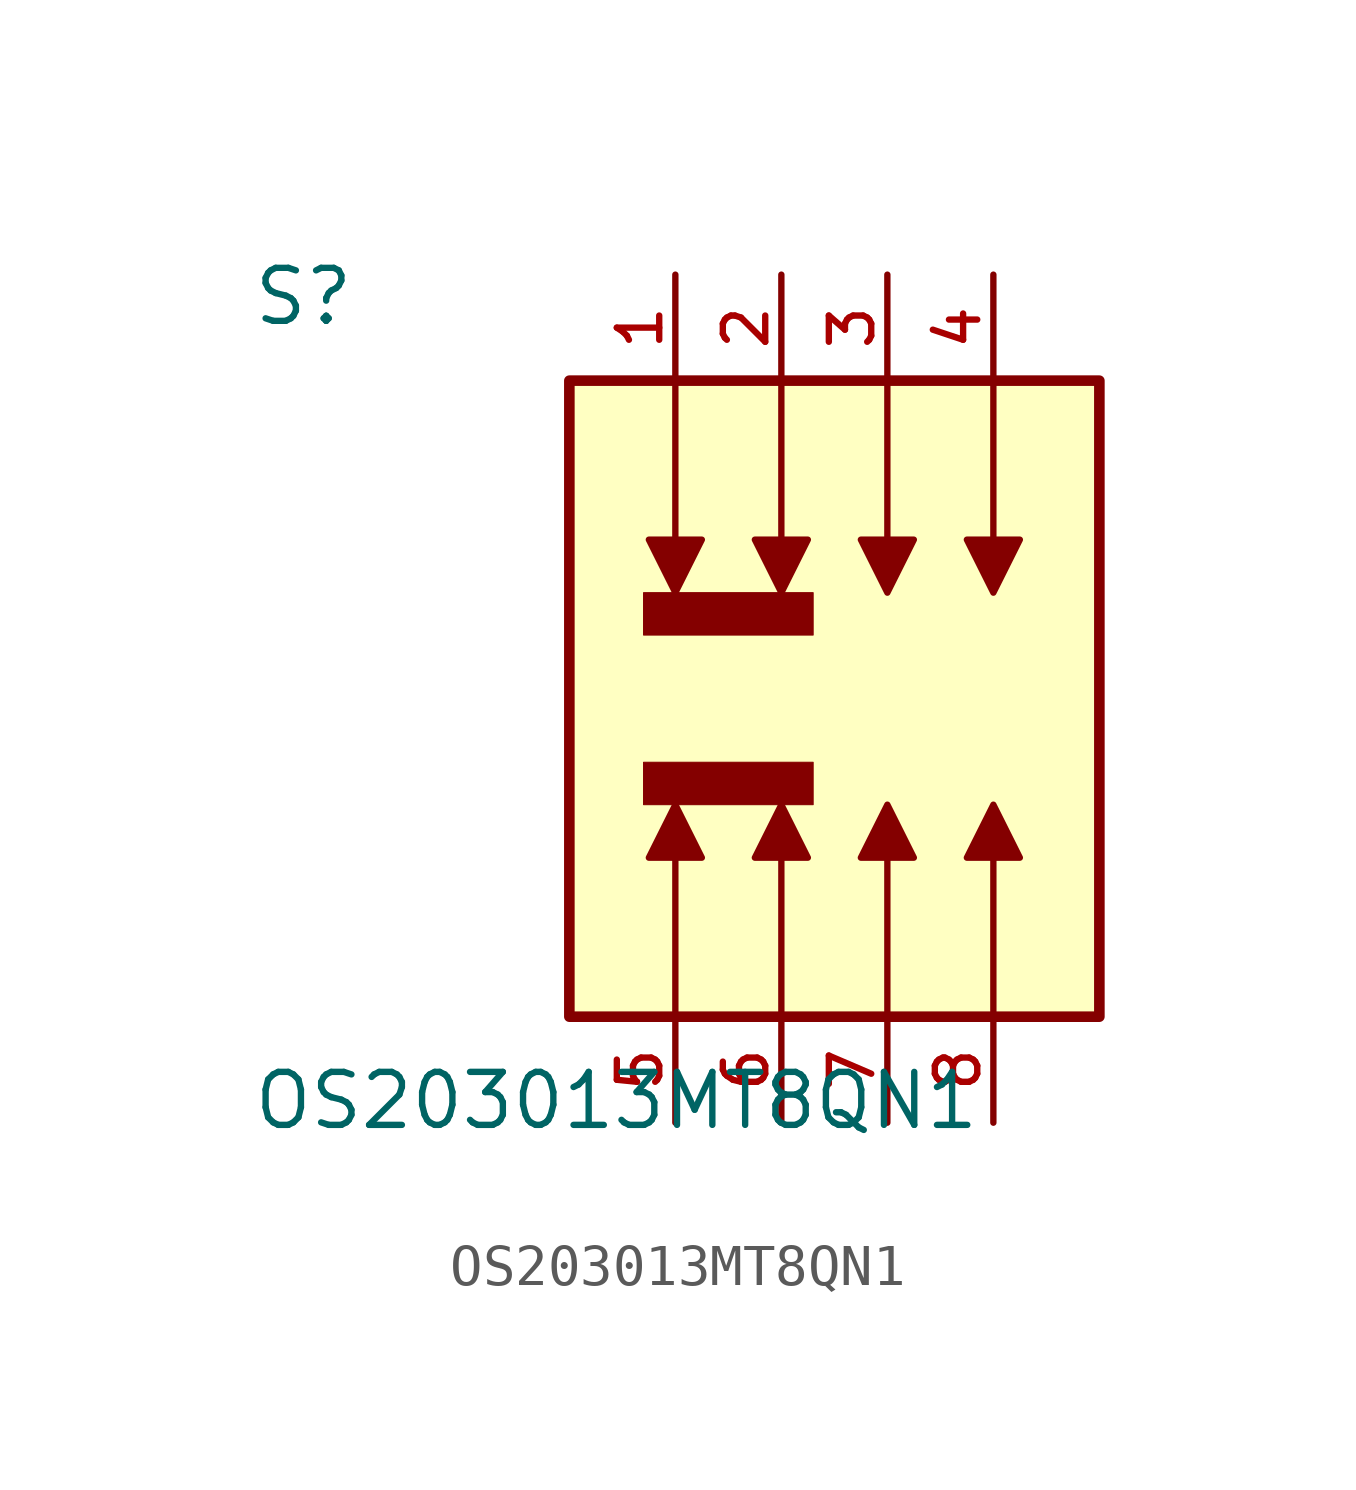
<source format=kicad_sym>
(kicad_symbol_lib
  (version 20231120)
  (generator "kicad_symbol_editor")
  (generator_version "8.0")
  (symbol "OS203013MT8QN1"
    (pin_names
      (offset 1.016))
    (property "Reference" "S"
      (at -12.7 8.89 0)
      (effects (font (size 1.27 1.27)) (justify left bottom)))
    (property "Value" "OS203013MT8QN1"
      (at -12.7 -8.89 0)
      (effects (font (size 1.27 1.27)) (justify left top)))
    (symbol "OS203013MT8QN1_0_0"
      (rectangle (start -5.08 -7.62) (end 7.62 7.62) (stroke (width 0.254) (type default)) (fill (type background)))
      (polyline (pts (xy -2.54 -7.62) (xy -2.54 -3.81)) (stroke (width 0.152) (type default)) (fill (type none)))
      (polyline (pts (xy -2.54 7.62) (xy -2.54 3.81)) (stroke (width 0.152) (type default)) (fill (type none)))
      (polyline (pts (xy 0 -7.62) (xy 0 -3.81)) (stroke (width 0.152) (type default)) (fill (type none)))
      (polyline (pts (xy 0 7.62) (xy 0 3.81)) (stroke (width 0.152) (type default)) (fill (type none)))
      (polyline (pts (xy 2.54 -7.62) (xy 2.54 -3.81)) (stroke (width 0.152) (type default)) (fill (type none)))
      (polyline (pts (xy 2.54 7.62) (xy 2.54 3.81)) (stroke (width 0.152) (type default)) (fill (type none)))
      (polyline (pts (xy 5.08 -7.62) (xy 5.08 -3.81)) (stroke (width 0.152) (type default)) (fill (type none)))
      (polyline (pts (xy 5.08 7.62) (xy 5.08 3.81)) (stroke (width 0.152) (type default)) (fill (type none)))
      (polyline (pts (xy -3.175 3.81) (xy -1.905 3.81) (xy -2.54 2.54) (xy -3.175 3.81)) (stroke (width 0.152) (type default)) (fill (type outline)))
      (polyline (pts (xy -1.905 -3.81) (xy -3.175 -3.81) (xy -2.54 -2.54) (xy -1.905 -3.81)) (stroke (width 0.152) (type default)) (fill (type outline)))
      (polyline (pts (xy -0.635 3.81) (xy 0.635 3.81) (xy 0 2.54) (xy -0.635 3.81)) (stroke (width 0.152) (type default)) (fill (type outline)))
      (polyline (pts (xy 0.635 -3.81) (xy -0.635 -3.81) (xy 0 -2.54) (xy 0.635 -3.81)) (stroke (width 0.152) (type default)) (fill (type outline)))
      (polyline (pts (xy 1.905 3.81) (xy 3.175 3.81) (xy 2.54 2.54) (xy 1.905 3.81)) (stroke (width 0.152) (type default)) (fill (type outline)))
      (polyline (pts (xy 3.175 -3.81) (xy 1.905 -3.81) (xy 2.54 -2.54) (xy 3.175 -3.81)) (stroke (width 0.152) (type default)) (fill (type outline)))
      (polyline (pts (xy 4.445 3.81) (xy 5.715 3.81) (xy 5.08 2.54) (xy 4.445 3.81)) (stroke (width 0.152) (type default)) (fill (type outline)))
      (polyline (pts (xy 5.715 -3.81) (xy 4.445 -3.81) (xy 5.08 -2.54) (xy 5.715 -3.81)) (stroke (width 0.152) (type default)) (fill (type outline)))
      (polyline (pts (xy -3.302 -1.524) (xy 0.762 -1.524) (xy 0.762 -2.54) (xy -3.302 -2.54) (xy -3.302 -1.524)) (stroke (width 0.025) (type default)) (fill (type outline)))
      (polyline (pts (xy -3.302 2.54) (xy 0.762 2.54) (xy 0.762 1.524) (xy -3.302 1.524) (xy -3.302 2.54)) (stroke (width 0.025) (type default)) (fill (type outline)))
      (pin passive line (at -2.54 10.16 270) (length 2.54) (name "~" (effects (font (size 1.016 1.016)))) (number "1" (effects (font (size 1.016 1.016)))))
      (pin passive line (at 0 10.16 270) (length 2.54) (name "~" (effects (font (size 1.016 1.016)))) (number "2" (effects (font (size 1.016 1.016)))))
      (pin passive line (at 2.54 10.16 270) (length 2.54) (name "~" (effects (font (size 1.016 1.016)))) (number "3" (effects (font (size 1.016 1.016)))))
      (pin passive line (at 5.08 10.16 270) (length 2.54) (name "~" (effects (font (size 1.016 1.016)))) (number "4" (effects (font (size 1.016 1.016)))))
      (pin passive line (at -2.54 -10.16 90) (length 2.54) (name "~" (effects (font (size 1.016 1.016)))) (number "5" (effects (font (size 1.016 1.016)))))
      (pin passive line (at 0 -10.16 90) (length 2.54) (name "~" (effects (font (size 1.016 1.016)))) (number "6" (effects (font (size 1.016 1.016)))))
      (pin passive line (at 2.54 -10.16 90) (length 2.54) (name "~" (effects (font (size 1.016 1.016)))) (number "7" (effects (font (size 1.016 1.016)))))
      (pin passive line (at 5.08 -10.16 90) (length 2.54) (name "~" (effects (font (size 1.016 1.016)))) (number "8" (effects (font (size 1.016 1.016))))))))
</source>
